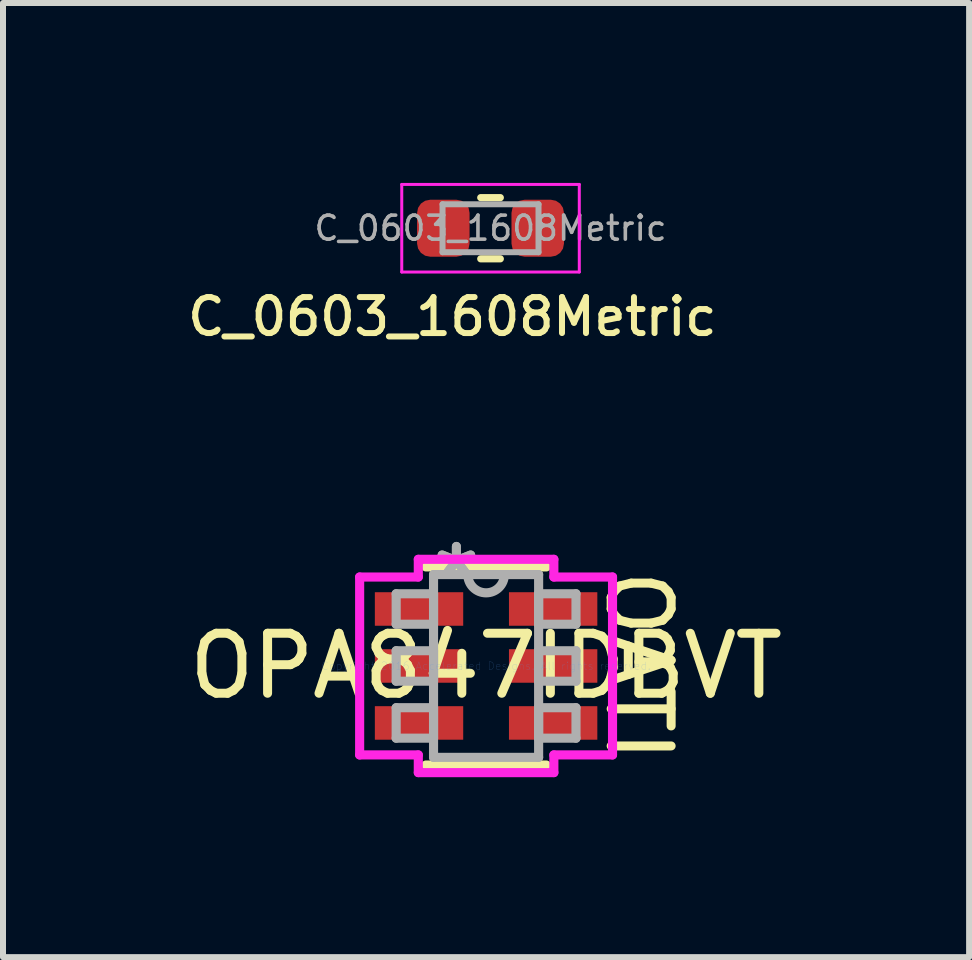
<source format=kicad_pcb>
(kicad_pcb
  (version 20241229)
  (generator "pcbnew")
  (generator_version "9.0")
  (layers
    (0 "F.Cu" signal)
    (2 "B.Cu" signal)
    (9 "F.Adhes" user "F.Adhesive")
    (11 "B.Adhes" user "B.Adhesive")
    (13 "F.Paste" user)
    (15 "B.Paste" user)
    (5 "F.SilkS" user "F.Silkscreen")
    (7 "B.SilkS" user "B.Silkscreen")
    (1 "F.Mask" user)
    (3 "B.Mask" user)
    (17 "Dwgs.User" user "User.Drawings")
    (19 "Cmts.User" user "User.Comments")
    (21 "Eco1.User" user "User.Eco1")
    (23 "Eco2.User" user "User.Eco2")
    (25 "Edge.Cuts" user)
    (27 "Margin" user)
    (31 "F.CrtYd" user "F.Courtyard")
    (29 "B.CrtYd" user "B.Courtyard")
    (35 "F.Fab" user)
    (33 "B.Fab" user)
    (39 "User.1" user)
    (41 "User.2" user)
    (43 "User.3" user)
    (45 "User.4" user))
  (footprint "C_0603_1608Metric"
    (layer "F.Cu")
    (at 5.128 0.755)
    (property "Reference" "C_0603_1608Metric" (at -0.637 1.475 180) (layer "F.SilkS") (effects (font (size 0.6 0.6) (thickness 0.1))))
    (attr smd)
    (fp_line (start -0.163 -0.51) (end 0.163 -0.51) (stroke (width 0.12) (type solid)) (layer "F.SilkS"))
    (fp_line (start -0.163 0.51) (end 0.163 0.51) (stroke (width 0.12) (type solid)) (layer "F.SilkS"))
    (fp_line (start -1.48 -0.73) (end 1.48 -0.73) (stroke (width 0.05) (type solid)) (layer "F.CrtYd"))
    (fp_line (start -1.48 0.73) (end -1.48 -0.73) (stroke (width 0.05) (type solid)) (layer "F.CrtYd"))
    (fp_line (start 1.48 -0.73) (end 1.48 0.73) (stroke (width 0.05) (type solid)) (layer "F.CrtYd"))
    (fp_line (start 1.48 0.73) (end -1.48 0.73) (stroke (width 0.05) (type solid)) (layer "F.CrtYd"))
    (fp_line (start -0.8 -0.4) (end 0.8 -0.4) (stroke (width 0.1) (type solid)) (layer "F.Fab"))
    (fp_line (start -0.8 0.4) (end -0.8 -0.4) (stroke (width 0.1) (type solid)) (layer "F.Fab"))
    (fp_line (start 0.8 -0.4) (end 0.8 0.4) (stroke (width 0.1) (type solid)) (layer "F.Fab"))
    (fp_line (start 0.8 0.4) (end -0.8 0.4) (stroke (width 0.1) (type solid)) (layer "F.Fab"))
    (fp_text user "${REFERENCE}" (at 0 0 0) (layer "F.Fab") (effects (font (size 0.4 0.4) (thickness 0.06))))
    (pad "1" smd roundrect (at -0.787 0) (size 0.875 0.95) (layers "F.Cu" "F.Mask" "F.Paste") (roundrect_rratio 0.25))
    (pad "2" smd roundrect (at 0.787 0) (size 0.875 0.95) (layers "F.Cu" "F.Mask" "F.Paste") (roundrect_rratio 0.25)))
  (footprint "OPA847IDBVT"
    (layer "F.Cu")
    (at 5.054 8.053)
    (property "Reference" "OPA847IDBVT" (at 0 0 0) (layer "F.SilkS") (effects (font (size 1 1) (thickness 0.15))))
    (attr through_hole)
    (fp_line (start -1.003 1.651) (end 1.003 1.651) (stroke (width 0.152) (type solid)) (layer "F.SilkS"))
    (fp_line (start 1.003 -1.651) (end -1.003 -1.651) (stroke (width 0.152) (type solid)) (layer "F.SilkS"))
    (fp_line (start -2.108 -1.483) (end -1.13 -1.483) (stroke (width 0.152) (type solid)) (layer "F.CrtYd"))
    (fp_line (start -2.108 1.483) (end -2.108 -1.483) (stroke (width 0.152) (type solid)) (layer "F.CrtYd"))
    (fp_line (start -1.13 -1.778) (end 1.13 -1.778) (stroke (width 0.152) (type solid)) (layer "F.CrtYd"))
    (fp_line (start -1.13 -1.483) (end -1.13 -1.778) (stroke (width 0.152) (type solid)) (layer "F.CrtYd"))
    (fp_line (start -1.13 1.483) (end -2.108 1.483) (stroke (width 0.152) (type solid)) (layer "F.CrtYd"))
    (fp_line (start -1.13 1.778) (end -1.13 1.483) (stroke (width 0.152) (type solid)) (layer "F.CrtYd"))
    (fp_line (start 1.13 -1.778) (end 1.13 -1.483) (stroke (width 0.152) (type solid)) (layer "F.CrtYd"))
    (fp_line (start 1.13 -1.483) (end 2.108 -1.483) (stroke (width 0.152) (type solid)) (layer "F.CrtYd"))
    (fp_line (start 1.13 1.483) (end 1.13 1.778) (stroke (width 0.152) (type solid)) (layer "F.CrtYd"))
    (fp_line (start 1.13 1.778) (end -1.13 1.778) (stroke (width 0.152) (type solid)) (layer "F.CrtYd"))
    (fp_line (start 2.108 -1.483) (end 2.108 1.483) (stroke (width 0.152) (type solid)) (layer "F.CrtYd"))
    (fp_line (start 2.108 1.483) (end 1.13 1.483) (stroke (width 0.152) (type solid)) (layer "F.CrtYd"))
    (fp_line (start -1.499 -1.204) (end -1.499 -0.696) (stroke (width 0.152) (type solid)) (layer "F.Fab"))
    (fp_line (start -1.499 -0.696) (end -0.876 -0.696) (stroke (width 0.152) (type solid)) (layer "F.Fab"))
    (fp_line (start -1.499 -0.254) (end -1.499 0.254) (stroke (width 0.152) (type solid)) (layer "F.Fab"))
    (fp_line (start -1.499 0.254) (end -0.876 0.254) (stroke (width 0.152) (type solid)) (layer "F.Fab"))
    (fp_line (start -1.499 0.696) (end -1.499 1.204) (stroke (width 0.152) (type solid)) (layer "F.Fab"))
    (fp_line (start -1.499 1.204) (end -0.876 1.204) (stroke (width 0.152) (type solid)) (layer "F.Fab"))
    (fp_line (start -0.876 -1.524) (end -0.876 1.524) (stroke (width 0.152) (type solid)) (layer "F.Fab"))
    (fp_line (start -0.876 -1.204) (end -1.499 -1.204) (stroke (width 0.152) (type solid)) (layer "F.Fab"))
    (fp_line (start -0.876 -0.696) (end -0.876 -1.204) (stroke (width 0.152) (type solid)) (layer "F.Fab"))
    (fp_line (start -0.876 -0.254) (end -1.499 -0.254) (stroke (width 0.152) (type solid)) (layer "F.Fab"))
    (fp_line (start -0.876 0.254) (end -0.876 -0.254) (stroke (width 0.152) (type solid)) (layer "F.Fab"))
    (fp_line (start -0.876 0.696) (end -1.499 0.696) (stroke (width 0.152) (type solid)) (layer "F.Fab"))
    (fp_line (start -0.876 1.204) (end -0.876 0.696) (stroke (width 0.152) (type solid)) (layer "F.Fab"))
    (fp_line (start -0.876 1.524) (end 0.876 1.524) (stroke (width 0.152) (type solid)) (layer "F.Fab"))
    (fp_line (start 0.876 -1.524) (end -0.876 -1.524) (stroke (width 0.152) (type solid)) (layer "F.Fab"))
    (fp_line (start 0.876 -1.204) (end 0.876 -0.696) (stroke (width 0.152) (type solid)) (layer "F.Fab"))
    (fp_line (start 0.876 -0.696) (end 1.499 -0.696) (stroke (width 0.152) (type solid)) (layer "F.Fab"))
    (fp_line (start 0.876 -0.254) (end 0.876 0.254) (stroke (width 0.152) (type solid)) (layer "F.Fab"))
    (fp_line (start 0.876 0.254) (end 1.499 0.254) (stroke (width 0.152) (type solid)) (layer "F.Fab"))
    (fp_line (start 0.876 0.696) (end 0.876 1.204) (stroke (width 0.152) (type solid)) (layer "F.Fab"))
    (fp_line (start 0.876 1.204) (end 1.499 1.204) (stroke (width 0.152) (type solid)) (layer "F.Fab"))
    (fp_line (start 0.876 1.524) (end 0.876 -1.524) (stroke (width 0.152) (type solid)) (layer "F.Fab"))
    (fp_line (start 1.499 -1.204) (end 0.876 -1.204) (stroke (width 0.152) (type solid)) (layer "F.Fab"))
    (fp_line (start 1.499 -0.696) (end 1.499 -1.204) (stroke (width 0.152) (type solid)) (layer "F.Fab"))
    (fp_line (start 1.499 -0.254) (end 0.876 -0.254) (stroke (width 0.152) (type solid)) (layer "F.Fab"))
    (fp_line (start 1.499 0.254) (end 1.499 -0.254) (stroke (width 0.152) (type solid)) (layer "F.Fab"))
    (fp_line (start 1.499 0.696) (end 0.876 0.696) (stroke (width 0.152) (type solid)) (layer "F.Fab"))
    (fp_line (start 1.499 1.204) (end 1.499 0.696) (stroke (width 0.152) (type solid)) (layer "F.Fab"))
    (fp_arc (start 0.3048 -1.524) (mid 0 -1.2192) (end -0.3048 -1.524) (stroke (width 0.1524) (type solid)) (layer "F.Fab"))
    (fp_text user "OATI" (at 2.54 0 270) (unlocked yes) (layer "F.SilkS") (effects (font (size 1 1) (thickness 0.15))))
    (fp_text user "Copyright 2016 Accelerated Designs. All rights reserved." (at 0 0 0) (layer "Cmts.User") (effects (font (size 0.127 0.127) (thickness 0.002))))
    (fp_text user "*" (at -0.495 -1.448 0) (layer "F.Fab") (effects (font (size 1 1) (thickness 0.15))))
    (fp_text user "*" (at -0.495 -1.448 0) (layer "F.Fab") (effects (font (size 1 1) (thickness 0.15))))
    (pad "1" smd rect (at -1.118 -0.95) (size 1.473 0.559) (layers "F.Cu" "F.Mask" "F.Paste"))
    (pad "2" smd rect (at -1.118 0) (size 1.473 0.559) (layers "F.Cu" "F.Mask" "F.Paste"))
    (pad "3" smd rect (at -1.118 0.95) (size 1.473 0.559) (layers "F.Cu" "F.Mask" "F.Paste"))
    (pad "4" smd rect (at 1.118 0.95) (size 1.473 0.559) (layers "F.Cu" "F.Mask" "F.Paste"))
    (pad "5" smd rect (at 1.118 0) (size 1.473 0.559) (layers "F.Cu" "F.Mask" "F.Paste"))
    (pad "6" smd rect (at 1.118 -0.95) (size 1.473 0.559) (layers "F.Cu" "F.Mask" "F.Paste")))
  (gr_rect
    (start -3 -3)
    (end 13.107 12.907)
    (stroke (width 0.1) (type default))
    (fill no)
    (layer "Edge.Cuts")))
</source>
